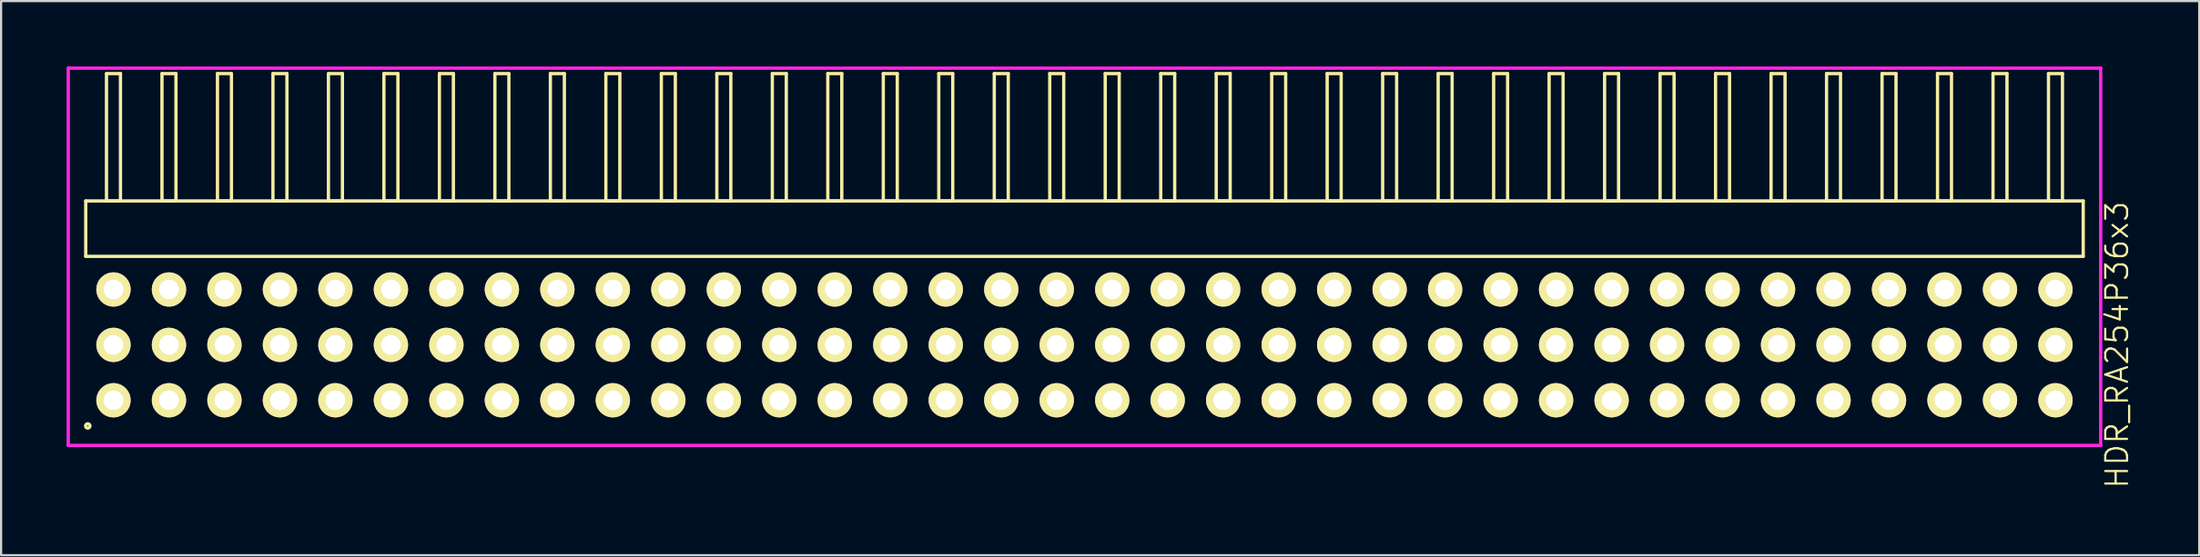
<source format=kicad_pcb>
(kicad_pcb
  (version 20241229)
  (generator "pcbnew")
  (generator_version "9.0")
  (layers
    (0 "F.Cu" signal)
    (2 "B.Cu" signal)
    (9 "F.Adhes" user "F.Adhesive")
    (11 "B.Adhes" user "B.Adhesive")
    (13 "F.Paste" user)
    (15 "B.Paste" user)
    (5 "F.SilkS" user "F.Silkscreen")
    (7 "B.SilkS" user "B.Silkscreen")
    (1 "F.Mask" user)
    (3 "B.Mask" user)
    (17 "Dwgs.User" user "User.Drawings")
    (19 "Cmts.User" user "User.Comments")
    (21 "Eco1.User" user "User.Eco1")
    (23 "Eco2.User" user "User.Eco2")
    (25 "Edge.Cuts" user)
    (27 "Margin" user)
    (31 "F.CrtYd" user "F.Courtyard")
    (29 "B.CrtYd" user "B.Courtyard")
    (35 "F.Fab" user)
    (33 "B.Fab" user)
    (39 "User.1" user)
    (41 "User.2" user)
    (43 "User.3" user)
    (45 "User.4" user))
  (footprint "HDR_RA254P36x3"
    (layer "F.Cu")
    (at 46.595 12.765)
    (property "Reference" "HDR_RA254P36x3" (at 47.27 0 90) (layer "F.SilkS") (effects (font (size 1 1) (thickness 0.1))))
    (attr through_hole)
    (fp_line (start -45.72 -6.6) (end -45.72 -4.06) (stroke (width 0.15) (type solid)) (layer "F.SilkS"))
    (fp_line (start -45.72 -4.06) (end 45.72 -4.06) (stroke (width 0.15) (type solid)) (layer "F.SilkS"))
    (fp_line (start -44.77 -12.44) (end -44.77 -6.6) (stroke (width 0.15) (type solid)) (layer "F.SilkS"))
    (fp_line (start -44.77 -6.6) (end -44.13 -6.6) (stroke (width 0.15) (type solid)) (layer "F.SilkS"))
    (fp_line (start -44.13 -12.44) (end -44.77 -12.44) (stroke (width 0.15) (type solid)) (layer "F.SilkS"))
    (fp_line (start -44.13 -6.6) (end -44.13 -12.44) (stroke (width 0.15) (type solid)) (layer "F.SilkS"))
    (fp_line (start -42.23 -12.44) (end -42.23 -6.6) (stroke (width 0.15) (type solid)) (layer "F.SilkS"))
    (fp_line (start -42.23 -6.6) (end -41.59 -6.6) (stroke (width 0.15) (type solid)) (layer "F.SilkS"))
    (fp_line (start -41.59 -12.44) (end -42.23 -12.44) (stroke (width 0.15) (type solid)) (layer "F.SilkS"))
    (fp_line (start -41.59 -6.6) (end -41.59 -12.44) (stroke (width 0.15) (type solid)) (layer "F.SilkS"))
    (fp_line (start -39.69 -12.44) (end -39.69 -6.6) (stroke (width 0.15) (type solid)) (layer "F.SilkS"))
    (fp_line (start -39.69 -6.6) (end -39.05 -6.6) (stroke (width 0.15) (type solid)) (layer "F.SilkS"))
    (fp_line (start -39.05 -12.44) (end -39.69 -12.44) (stroke (width 0.15) (type solid)) (layer "F.SilkS"))
    (fp_line (start -39.05 -6.6) (end -39.05 -12.44) (stroke (width 0.15) (type solid)) (layer "F.SilkS"))
    (fp_line (start -37.15 -12.44) (end -37.15 -6.6) (stroke (width 0.15) (type solid)) (layer "F.SilkS"))
    (fp_line (start -37.15 -6.6) (end -36.51 -6.6) (stroke (width 0.15) (type solid)) (layer "F.SilkS"))
    (fp_line (start -36.51 -12.44) (end -37.15 -12.44) (stroke (width 0.15) (type solid)) (layer "F.SilkS"))
    (fp_line (start -36.51 -6.6) (end -36.51 -12.44) (stroke (width 0.15) (type solid)) (layer "F.SilkS"))
    (fp_line (start -34.61 -12.44) (end -34.61 -6.6) (stroke (width 0.15) (type solid)) (layer "F.SilkS"))
    (fp_line (start -34.61 -6.6) (end -33.97 -6.6) (stroke (width 0.15) (type solid)) (layer "F.SilkS"))
    (fp_line (start -33.97 -12.44) (end -34.61 -12.44) (stroke (width 0.15) (type solid)) (layer "F.SilkS"))
    (fp_line (start -33.97 -6.6) (end -33.97 -12.44) (stroke (width 0.15) (type solid)) (layer "F.SilkS"))
    (fp_line (start -32.07 -12.44) (end -32.07 -6.6) (stroke (width 0.15) (type solid)) (layer "F.SilkS"))
    (fp_line (start -32.07 -6.6) (end -31.43 -6.6) (stroke (width 0.15) (type solid)) (layer "F.SilkS"))
    (fp_line (start -31.43 -12.44) (end -32.07 -12.44) (stroke (width 0.15) (type solid)) (layer "F.SilkS"))
    (fp_line (start -31.43 -6.6) (end -31.43 -12.44) (stroke (width 0.15) (type solid)) (layer "F.SilkS"))
    (fp_line (start -29.53 -12.44) (end -29.53 -6.6) (stroke (width 0.15) (type solid)) (layer "F.SilkS"))
    (fp_line (start -29.53 -6.6) (end -28.89 -6.6) (stroke (width 0.15) (type solid)) (layer "F.SilkS"))
    (fp_line (start -28.89 -12.44) (end -29.53 -12.44) (stroke (width 0.15) (type solid)) (layer "F.SilkS"))
    (fp_line (start -28.89 -6.6) (end -28.89 -12.44) (stroke (width 0.15) (type solid)) (layer "F.SilkS"))
    (fp_line (start -26.99 -12.44) (end -26.99 -6.6) (stroke (width 0.15) (type solid)) (layer "F.SilkS"))
    (fp_line (start -26.99 -6.6) (end -26.35 -6.6) (stroke (width 0.15) (type solid)) (layer "F.SilkS"))
    (fp_line (start -26.35 -12.44) (end -26.99 -12.44) (stroke (width 0.15) (type solid)) (layer "F.SilkS"))
    (fp_line (start -26.35 -6.6) (end -26.35 -12.44) (stroke (width 0.15) (type solid)) (layer "F.SilkS"))
    (fp_line (start -24.45 -12.44) (end -24.45 -6.6) (stroke (width 0.15) (type solid)) (layer "F.SilkS"))
    (fp_line (start -24.45 -6.6) (end -23.81 -6.6) (stroke (width 0.15) (type solid)) (layer "F.SilkS"))
    (fp_line (start -23.81 -12.44) (end -24.45 -12.44) (stroke (width 0.15) (type solid)) (layer "F.SilkS"))
    (fp_line (start -23.81 -6.6) (end -23.81 -12.44) (stroke (width 0.15) (type solid)) (layer "F.SilkS"))
    (fp_line (start -21.91 -12.44) (end -21.91 -6.6) (stroke (width 0.15) (type solid)) (layer "F.SilkS"))
    (fp_line (start -21.91 -6.6) (end -21.27 -6.6) (stroke (width 0.15) (type solid)) (layer "F.SilkS"))
    (fp_line (start -21.27 -12.44) (end -21.91 -12.44) (stroke (width 0.15) (type solid)) (layer "F.SilkS"))
    (fp_line (start -21.27 -6.6) (end -21.27 -12.44) (stroke (width 0.15) (type solid)) (layer "F.SilkS"))
    (fp_line (start -19.37 -12.44) (end -19.37 -6.6) (stroke (width 0.15) (type solid)) (layer "F.SilkS"))
    (fp_line (start -19.37 -6.6) (end -18.73 -6.6) (stroke (width 0.15) (type solid)) (layer "F.SilkS"))
    (fp_line (start -18.73 -12.44) (end -19.37 -12.44) (stroke (width 0.15) (type solid)) (layer "F.SilkS"))
    (fp_line (start -18.73 -6.6) (end -18.73 -12.44) (stroke (width 0.15) (type solid)) (layer "F.SilkS"))
    (fp_line (start -16.83 -12.44) (end -16.83 -6.6) (stroke (width 0.15) (type solid)) (layer "F.SilkS"))
    (fp_line (start -16.83 -6.6) (end -16.19 -6.6) (stroke (width 0.15) (type solid)) (layer "F.SilkS"))
    (fp_line (start -16.19 -12.44) (end -16.83 -12.44) (stroke (width 0.15) (type solid)) (layer "F.SilkS"))
    (fp_line (start -16.19 -6.6) (end -16.19 -12.44) (stroke (width 0.15) (type solid)) (layer "F.SilkS"))
    (fp_line (start -14.29 -12.44) (end -14.29 -6.6) (stroke (width 0.15) (type solid)) (layer "F.SilkS"))
    (fp_line (start -14.29 -6.6) (end -13.65 -6.6) (stroke (width 0.15) (type solid)) (layer "F.SilkS"))
    (fp_line (start -13.65 -12.44) (end -14.29 -12.44) (stroke (width 0.15) (type solid)) (layer "F.SilkS"))
    (fp_line (start -13.65 -6.6) (end -13.65 -12.44) (stroke (width 0.15) (type solid)) (layer "F.SilkS"))
    (fp_line (start -11.75 -12.44) (end -11.75 -6.6) (stroke (width 0.15) (type solid)) (layer "F.SilkS"))
    (fp_line (start -11.75 -6.6) (end -11.11 -6.6) (stroke (width 0.15) (type solid)) (layer "F.SilkS"))
    (fp_line (start -11.11 -12.44) (end -11.75 -12.44) (stroke (width 0.15) (type solid)) (layer "F.SilkS"))
    (fp_line (start -11.11 -6.6) (end -11.11 -12.44) (stroke (width 0.15) (type solid)) (layer "F.SilkS"))
    (fp_line (start -9.21 -12.44) (end -9.21 -6.6) (stroke (width 0.15) (type solid)) (layer "F.SilkS"))
    (fp_line (start -9.21 -6.6) (end -8.57 -6.6) (stroke (width 0.15) (type solid)) (layer "F.SilkS"))
    (fp_line (start -8.57 -12.44) (end -9.21 -12.44) (stroke (width 0.15) (type solid)) (layer "F.SilkS"))
    (fp_line (start -8.57 -6.6) (end -8.57 -12.44) (stroke (width 0.15) (type solid)) (layer "F.SilkS"))
    (fp_line (start -6.67 -12.44) (end -6.67 -6.6) (stroke (width 0.15) (type solid)) (layer "F.SilkS"))
    (fp_line (start -6.67 -6.6) (end -6.03 -6.6) (stroke (width 0.15) (type solid)) (layer "F.SilkS"))
    (fp_line (start -6.03 -12.44) (end -6.67 -12.44) (stroke (width 0.15) (type solid)) (layer "F.SilkS"))
    (fp_line (start -6.03 -6.6) (end -6.03 -12.44) (stroke (width 0.15) (type solid)) (layer "F.SilkS"))
    (fp_line (start -4.13 -12.44) (end -4.13 -6.6) (stroke (width 0.15) (type solid)) (layer "F.SilkS"))
    (fp_line (start -4.13 -6.6) (end -3.49 -6.6) (stroke (width 0.15) (type solid)) (layer "F.SilkS"))
    (fp_line (start -3.49 -12.44) (end -4.13 -12.44) (stroke (width 0.15) (type solid)) (layer "F.SilkS"))
    (fp_line (start -3.49 -6.6) (end -3.49 -12.44) (stroke (width 0.15) (type solid)) (layer "F.SilkS"))
    (fp_line (start -1.59 -12.44) (end -1.59 -6.6) (stroke (width 0.15) (type solid)) (layer "F.SilkS"))
    (fp_line (start -1.59 -6.6) (end -0.95 -6.6) (stroke (width 0.15) (type solid)) (layer "F.SilkS"))
    (fp_line (start -0.95 -12.44) (end -1.59 -12.44) (stroke (width 0.15) (type solid)) (layer "F.SilkS"))
    (fp_line (start -0.95 -6.6) (end -0.95 -12.44) (stroke (width 0.15) (type solid)) (layer "F.SilkS"))
    (fp_line (start 0.95 -12.44) (end 0.95 -6.6) (stroke (width 0.15) (type solid)) (layer "F.SilkS"))
    (fp_line (start 0.95 -6.6) (end 1.59 -6.6) (stroke (width 0.15) (type solid)) (layer "F.SilkS"))
    (fp_line (start 1.59 -12.44) (end 0.95 -12.44) (stroke (width 0.15) (type solid)) (layer "F.SilkS"))
    (fp_line (start 1.59 -6.6) (end 1.59 -12.44) (stroke (width 0.15) (type solid)) (layer "F.SilkS"))
    (fp_line (start 3.49 -12.44) (end 3.49 -6.6) (stroke (width 0.15) (type solid)) (layer "F.SilkS"))
    (fp_line (start 3.49 -6.6) (end 4.13 -6.6) (stroke (width 0.15) (type solid)) (layer "F.SilkS"))
    (fp_line (start 4.13 -12.44) (end 3.49 -12.44) (stroke (width 0.15) (type solid)) (layer "F.SilkS"))
    (fp_line (start 4.13 -6.6) (end 4.13 -12.44) (stroke (width 0.15) (type solid)) (layer "F.SilkS"))
    (fp_line (start 6.03 -12.44) (end 6.03 -6.6) (stroke (width 0.15) (type solid)) (layer "F.SilkS"))
    (fp_line (start 6.03 -6.6) (end 6.67 -6.6) (stroke (width 0.15) (type solid)) (layer "F.SilkS"))
    (fp_line (start 6.67 -12.44) (end 6.03 -12.44) (stroke (width 0.15) (type solid)) (layer "F.SilkS"))
    (fp_line (start 6.67 -6.6) (end 6.67 -12.44) (stroke (width 0.15) (type solid)) (layer "F.SilkS"))
    (fp_line (start 8.57 -12.44) (end 8.57 -6.6) (stroke (width 0.15) (type solid)) (layer "F.SilkS"))
    (fp_line (start 8.57 -6.6) (end 9.21 -6.6) (stroke (width 0.15) (type solid)) (layer "F.SilkS"))
    (fp_line (start 9.21 -12.44) (end 8.57 -12.44) (stroke (width 0.15) (type solid)) (layer "F.SilkS"))
    (fp_line (start 9.21 -6.6) (end 9.21 -12.44) (stroke (width 0.15) (type solid)) (layer "F.SilkS"))
    (fp_line (start 11.11 -12.44) (end 11.11 -6.6) (stroke (width 0.15) (type solid)) (layer "F.SilkS"))
    (fp_line (start 11.11 -6.6) (end 11.75 -6.6) (stroke (width 0.15) (type solid)) (layer "F.SilkS"))
    (fp_line (start 11.75 -12.44) (end 11.11 -12.44) (stroke (width 0.15) (type solid)) (layer "F.SilkS"))
    (fp_line (start 11.75 -6.6) (end 11.75 -12.44) (stroke (width 0.15) (type solid)) (layer "F.SilkS"))
    (fp_line (start 13.65 -12.44) (end 13.65 -6.6) (stroke (width 0.15) (type solid)) (layer "F.SilkS"))
    (fp_line (start 13.65 -6.6) (end 14.29 -6.6) (stroke (width 0.15) (type solid)) (layer "F.SilkS"))
    (fp_line (start 14.29 -12.44) (end 13.65 -12.44) (stroke (width 0.15) (type solid)) (layer "F.SilkS"))
    (fp_line (start 14.29 -6.6) (end 14.29 -12.44) (stroke (width 0.15) (type solid)) (layer "F.SilkS"))
    (fp_line (start 16.19 -12.44) (end 16.19 -6.6) (stroke (width 0.15) (type solid)) (layer "F.SilkS"))
    (fp_line (start 16.19 -6.6) (end 16.83 -6.6) (stroke (width 0.15) (type solid)) (layer "F.SilkS"))
    (fp_line (start 16.83 -12.44) (end 16.19 -12.44) (stroke (width 0.15) (type solid)) (layer "F.SilkS"))
    (fp_line (start 16.83 -6.6) (end 16.83 -12.44) (stroke (width 0.15) (type solid)) (layer "F.SilkS"))
    (fp_line (start 18.73 -12.44) (end 18.73 -6.6) (stroke (width 0.15) (type solid)) (layer "F.SilkS"))
    (fp_line (start 18.73 -6.6) (end 19.37 -6.6) (stroke (width 0.15) (type solid)) (layer "F.SilkS"))
    (fp_line (start 19.37 -12.44) (end 18.73 -12.44) (stroke (width 0.15) (type solid)) (layer "F.SilkS"))
    (fp_line (start 19.37 -6.6) (end 19.37 -12.44) (stroke (width 0.15) (type solid)) (layer "F.SilkS"))
    (fp_line (start 21.27 -12.44) (end 21.27 -6.6) (stroke (width 0.15) (type solid)) (layer "F.SilkS"))
    (fp_line (start 21.27 -6.6) (end 21.91 -6.6) (stroke (width 0.15) (type solid)) (layer "F.SilkS"))
    (fp_line (start 21.91 -12.44) (end 21.27 -12.44) (stroke (width 0.15) (type solid)) (layer "F.SilkS"))
    (fp_line (start 21.91 -6.6) (end 21.91 -12.44) (stroke (width 0.15) (type solid)) (layer "F.SilkS"))
    (fp_line (start 23.81 -12.44) (end 23.81 -6.6) (stroke (width 0.15) (type solid)) (layer "F.SilkS"))
    (fp_line (start 23.81 -6.6) (end 24.45 -6.6) (stroke (width 0.15) (type solid)) (layer "F.SilkS"))
    (fp_line (start 24.45 -12.44) (end 23.81 -12.44) (stroke (width 0.15) (type solid)) (layer "F.SilkS"))
    (fp_line (start 24.45 -6.6) (end 24.45 -12.44) (stroke (width 0.15) (type solid)) (layer "F.SilkS"))
    (fp_line (start 26.35 -12.44) (end 26.35 -6.6) (stroke (width 0.15) (type solid)) (layer "F.SilkS"))
    (fp_line (start 26.35 -6.6) (end 26.99 -6.6) (stroke (width 0.15) (type solid)) (layer "F.SilkS"))
    (fp_line (start 26.99 -12.44) (end 26.35 -12.44) (stroke (width 0.15) (type solid)) (layer "F.SilkS"))
    (fp_line (start 26.99 -6.6) (end 26.99 -12.44) (stroke (width 0.15) (type solid)) (layer "F.SilkS"))
    (fp_line (start 28.89 -12.44) (end 28.89 -6.6) (stroke (width 0.15) (type solid)) (layer "F.SilkS"))
    (fp_line (start 28.89 -6.6) (end 29.53 -6.6) (stroke (width 0.15) (type solid)) (layer "F.SilkS"))
    (fp_line (start 29.53 -12.44) (end 28.89 -12.44) (stroke (width 0.15) (type solid)) (layer "F.SilkS"))
    (fp_line (start 29.53 -6.6) (end 29.53 -12.44) (stroke (width 0.15) (type solid)) (layer "F.SilkS"))
    (fp_line (start 31.43 -12.44) (end 31.43 -6.6) (stroke (width 0.15) (type solid)) (layer "F.SilkS"))
    (fp_line (start 31.43 -6.6) (end 32.07 -6.6) (stroke (width 0.15) (type solid)) (layer "F.SilkS"))
    (fp_line (start 32.07 -12.44) (end 31.43 -12.44) (stroke (width 0.15) (type solid)) (layer "F.SilkS"))
    (fp_line (start 32.07 -6.6) (end 32.07 -12.44) (stroke (width 0.15) (type solid)) (layer "F.SilkS"))
    (fp_line (start 33.97 -12.44) (end 33.97 -6.6) (stroke (width 0.15) (type solid)) (layer "F.SilkS"))
    (fp_line (start 33.97 -6.6) (end 34.61 -6.6) (stroke (width 0.15) (type solid)) (layer "F.SilkS"))
    (fp_line (start 34.61 -12.44) (end 33.97 -12.44) (stroke (width 0.15) (type solid)) (layer "F.SilkS"))
    (fp_line (start 34.61 -6.6) (end 34.61 -12.44) (stroke (width 0.15) (type solid)) (layer "F.SilkS"))
    (fp_line (start 36.51 -12.44) (end 36.51 -6.6) (stroke (width 0.15) (type solid)) (layer "F.SilkS"))
    (fp_line (start 36.51 -6.6) (end 37.15 -6.6) (stroke (width 0.15) (type solid)) (layer "F.SilkS"))
    (fp_line (start 37.15 -12.44) (end 36.51 -12.44) (stroke (width 0.15) (type solid)) (layer "F.SilkS"))
    (fp_line (start 37.15 -6.6) (end 37.15 -12.44) (stroke (width 0.15) (type solid)) (layer "F.SilkS"))
    (fp_line (start 39.05 -12.44) (end 39.05 -6.6) (stroke (width 0.15) (type solid)) (layer "F.SilkS"))
    (fp_line (start 39.05 -6.6) (end 39.69 -6.6) (stroke (width 0.15) (type solid)) (layer "F.SilkS"))
    (fp_line (start 39.69 -12.44) (end 39.05 -12.44) (stroke (width 0.15) (type solid)) (layer "F.SilkS"))
    (fp_line (start 39.69 -6.6) (end 39.69 -12.44) (stroke (width 0.15) (type solid)) (layer "F.SilkS"))
    (fp_line (start 41.59 -12.44) (end 41.59 -6.6) (stroke (width 0.15) (type solid)) (layer "F.SilkS"))
    (fp_line (start 41.59 -6.6) (end 42.23 -6.6) (stroke (width 0.15) (type solid)) (layer "F.SilkS"))
    (fp_line (start 42.23 -12.44) (end 41.59 -12.44) (stroke (width 0.15) (type solid)) (layer "F.SilkS"))
    (fp_line (start 42.23 -6.6) (end 42.23 -12.44) (stroke (width 0.15) (type solid)) (layer "F.SilkS"))
    (fp_line (start 44.13 -12.44) (end 44.13 -6.6) (stroke (width 0.15) (type solid)) (layer "F.SilkS"))
    (fp_line (start 44.13 -6.6) (end 44.77 -6.6) (stroke (width 0.15) (type solid)) (layer "F.SilkS"))
    (fp_line (start 44.77 -12.44) (end 44.13 -12.44) (stroke (width 0.15) (type solid)) (layer "F.SilkS"))
    (fp_line (start 44.77 -6.6) (end 44.77 -12.44) (stroke (width 0.15) (type solid)) (layer "F.SilkS"))
    (fp_line (start 45.72 -6.6) (end -45.72 -6.6) (stroke (width 0.15) (type solid)) (layer "F.SilkS"))
    (fp_line (start 45.72 -4.06) (end 45.72 -6.6) (stroke (width 0.15) (type solid)) (layer "F.SilkS"))
    (fp_circle (center -45.627 3.718) (end -45.527 3.718) (stroke (width 0.15) (type solid)) (fill no) (layer "F.SilkS"))
    (fp_line (start -46.52 -12.69) (end -46.52 4.61) (stroke (width 0.15) (type solid)) (layer "F.CrtYd"))
    (fp_line (start -46.52 4.61) (end 46.52 4.61) (stroke (width 0.15) (type solid)) (layer "F.CrtYd"))
    (fp_line (start 46.52 -12.69) (end -46.52 -12.69) (stroke (width 0.15) (type solid)) (layer "F.CrtYd"))
    (fp_line (start 46.52 4.61) (end 46.52 -12.69) (stroke (width 0.15) (type solid)) (layer "F.CrtYd"))
    (pad "1" thru_hole oval (at -44.45 2.54) (size 1.57 1.57) (drill 0.9) (layers "*.Cu" "*.Mask" "F.SilkS"))
    (pad "2" thru_hole oval (at -44.45 0) (size 1.57 1.57) (drill 0.9) (layers "*.Cu" "*.Mask" "F.SilkS"))
    (pad "3" thru_hole oval (at -44.45 -2.54) (size 1.57 1.57) (drill 0.9) (layers "*.Cu" "*.Mask" "F.SilkS"))
    (pad "4" thru_hole oval (at -41.91 2.54) (size 1.57 1.57) (drill 0.9) (layers "*.Cu" "*.Mask" "F.SilkS"))
    (pad "5" thru_hole oval (at -41.91 0) (size 1.57 1.57) (drill 0.9) (layers "*.Cu" "*.Mask" "F.SilkS"))
    (pad "6" thru_hole oval (at -41.91 -2.54) (size 1.57 1.57) (drill 0.9) (layers "*.Cu" "*.Mask" "F.SilkS"))
    (pad "7" thru_hole oval (at -39.37 2.54) (size 1.57 1.57) (drill 0.9) (layers "*.Cu" "*.Mask" "F.SilkS"))
    (pad "8" thru_hole oval (at -39.37 0) (size 1.57 1.57) (drill 0.9) (layers "*.Cu" "*.Mask" "F.SilkS"))
    (pad "9" thru_hole oval (at -39.37 -2.54) (size 1.57 1.57) (drill 0.9) (layers "*.Cu" "*.Mask" "F.SilkS"))
    (pad "10" thru_hole oval (at -36.83 2.54) (size 1.57 1.57) (drill 0.9) (layers "*.Cu" "*.Mask" "F.SilkS"))
    (pad "11" thru_hole oval (at -36.83 0) (size 1.57 1.57) (drill 0.9) (layers "*.Cu" "*.Mask" "F.SilkS"))
    (pad "12" thru_hole oval (at -36.83 -2.54) (size 1.57 1.57) (drill 0.9) (layers "*.Cu" "*.Mask" "F.SilkS"))
    (pad "13" thru_hole oval (at -34.29 2.54) (size 1.57 1.57) (drill 0.9) (layers "*.Cu" "*.Mask" "F.SilkS"))
    (pad "14" thru_hole oval (at -34.29 0) (size 1.57 1.57) (drill 0.9) (layers "*.Cu" "*.Mask" "F.SilkS"))
    (pad "15" thru_hole oval (at -34.29 -2.54) (size 1.57 1.57) (drill 0.9) (layers "*.Cu" "*.Mask" "F.SilkS"))
    (pad "16" thru_hole oval (at -31.75 2.54) (size 1.57 1.57) (drill 0.9) (layers "*.Cu" "*.Mask" "F.SilkS"))
    (pad "17" thru_hole oval (at -31.75 0) (size 1.57 1.57) (drill 0.9) (layers "*.Cu" "*.Mask" "F.SilkS"))
    (pad "18" thru_hole oval (at -31.75 -2.54) (size 1.57 1.57) (drill 0.9) (layers "*.Cu" "*.Mask" "F.SilkS"))
    (pad "19" thru_hole oval (at -29.21 2.54) (size 1.57 1.57) (drill 0.9) (layers "*.Cu" "*.Mask" "F.SilkS"))
    (pad "20" thru_hole oval (at -29.21 0) (size 1.57 1.57) (drill 0.9) (layers "*.Cu" "*.Mask" "F.SilkS"))
    (pad "21" thru_hole oval (at -29.21 -2.54) (size 1.57 1.57) (drill 0.9) (layers "*.Cu" "*.Mask" "F.SilkS"))
    (pad "22" thru_hole oval (at -26.67 2.54) (size 1.57 1.57) (drill 0.9) (layers "*.Cu" "*.Mask" "F.SilkS"))
    (pad "23" thru_hole oval (at -26.67 0) (size 1.57 1.57) (drill 0.9) (layers "*.Cu" "*.Mask" "F.SilkS"))
    (pad "24" thru_hole oval (at -26.67 -2.54) (size 1.57 1.57) (drill 0.9) (layers "*.Cu" "*.Mask" "F.SilkS"))
    (pad "25" thru_hole oval (at -24.13 2.54) (size 1.57 1.57) (drill 0.9) (layers "*.Cu" "*.Mask" "F.SilkS"))
    (pad "26" thru_hole oval (at -24.13 0) (size 1.57 1.57) (drill 0.9) (layers "*.Cu" "*.Mask" "F.SilkS"))
    (pad "27" thru_hole oval (at -24.13 -2.54) (size 1.57 1.57) (drill 0.9) (layers "*.Cu" "*.Mask" "F.SilkS"))
    (pad "28" thru_hole oval (at -21.59 2.54) (size 1.57 1.57) (drill 0.9) (layers "*.Cu" "*.Mask" "F.SilkS"))
    (pad "29" thru_hole oval (at -21.59 0) (size 1.57 1.57) (drill 0.9) (layers "*.Cu" "*.Mask" "F.SilkS"))
    (pad "30" thru_hole oval (at -21.59 -2.54) (size 1.57 1.57) (drill 0.9) (layers "*.Cu" "*.Mask" "F.SilkS"))
    (pad "31" thru_hole oval (at -19.05 2.54) (size 1.57 1.57) (drill 0.9) (layers "*.Cu" "*.Mask" "F.SilkS"))
    (pad "32" thru_hole oval (at -19.05 0) (size 1.57 1.57) (drill 0.9) (layers "*.Cu" "*.Mask" "F.SilkS"))
    (pad "33" thru_hole oval (at -19.05 -2.54) (size 1.57 1.57) (drill 0.9) (layers "*.Cu" "*.Mask" "F.SilkS"))
    (pad "34" thru_hole oval (at -16.51 2.54) (size 1.57 1.57) (drill 0.9) (layers "*.Cu" "*.Mask" "F.SilkS"))
    (pad "35" thru_hole oval (at -16.51 0) (size 1.57 1.57) (drill 0.9) (layers "*.Cu" "*.Mask" "F.SilkS"))
    (pad "36" thru_hole oval (at -16.51 -2.54) (size 1.57 1.57) (drill 0.9) (layers "*.Cu" "*.Mask" "F.SilkS"))
    (pad "37" thru_hole oval (at -13.97 2.54) (size 1.57 1.57) (drill 0.9) (layers "*.Cu" "*.Mask" "F.SilkS"))
    (pad "38" thru_hole oval (at -13.97 0) (size 1.57 1.57) (drill 0.9) (layers "*.Cu" "*.Mask" "F.SilkS"))
    (pad "39" thru_hole oval (at -13.97 -2.54) (size 1.57 1.57) (drill 0.9) (layers "*.Cu" "*.Mask" "F.SilkS"))
    (pad "40" thru_hole oval (at -11.43 2.54) (size 1.57 1.57) (drill 0.9) (layers "*.Cu" "*.Mask" "F.SilkS"))
    (pad "41" thru_hole oval (at -11.43 0) (size 1.57 1.57) (drill 0.9) (layers "*.Cu" "*.Mask" "F.SilkS"))
    (pad "42" thru_hole oval (at -11.43 -2.54) (size 1.57 1.57) (drill 0.9) (layers "*.Cu" "*.Mask" "F.SilkS"))
    (pad "43" thru_hole oval (at -8.89 2.54) (size 1.57 1.57) (drill 0.9) (layers "*.Cu" "*.Mask" "F.SilkS"))
    (pad "44" thru_hole oval (at -8.89 0) (size 1.57 1.57) (drill 0.9) (layers "*.Cu" "*.Mask" "F.SilkS"))
    (pad "45" thru_hole oval (at -8.89 -2.54) (size 1.57 1.57) (drill 0.9) (layers "*.Cu" "*.Mask" "F.SilkS"))
    (pad "46" thru_hole oval (at -6.35 2.54) (size 1.57 1.57) (drill 0.9) (layers "*.Cu" "*.Mask" "F.SilkS"))
    (pad "47" thru_hole oval (at -6.35 0) (size 1.57 1.57) (drill 0.9) (layers "*.Cu" "*.Mask" "F.SilkS"))
    (pad "48" thru_hole oval (at -6.35 -2.54) (size 1.57 1.57) (drill 0.9) (layers "*.Cu" "*.Mask" "F.SilkS"))
    (pad "49" thru_hole oval (at -3.81 2.54) (size 1.57 1.57) (drill 0.9) (layers "*.Cu" "*.Mask" "F.SilkS"))
    (pad "50" thru_hole oval (at -3.81 0) (size 1.57 1.57) (drill 0.9) (layers "*.Cu" "*.Mask" "F.SilkS"))
    (pad "51" thru_hole oval (at -3.81 -2.54) (size 1.57 1.57) (drill 0.9) (layers "*.Cu" "*.Mask" "F.SilkS"))
    (pad "52" thru_hole oval (at -1.27 2.54) (size 1.57 1.57) (drill 0.9) (layers "*.Cu" "*.Mask" "F.SilkS"))
    (pad "53" thru_hole oval (at -1.27 0) (size 1.57 1.57) (drill 0.9) (layers "*.Cu" "*.Mask" "F.SilkS"))
    (pad "54" thru_hole oval (at -1.27 -2.54) (size 1.57 1.57) (drill 0.9) (layers "*.Cu" "*.Mask" "F.SilkS"))
    (pad "55" thru_hole oval (at 1.27 2.54) (size 1.57 1.57) (drill 0.9) (layers "*.Cu" "*.Mask" "F.SilkS"))
    (pad "56" thru_hole oval (at 1.27 0) (size 1.57 1.57) (drill 0.9) (layers "*.Cu" "*.Mask" "F.SilkS"))
    (pad "57" thru_hole oval (at 1.27 -2.54) (size 1.57 1.57) (drill 0.9) (layers "*.Cu" "*.Mask" "F.SilkS"))
    (pad "58" thru_hole oval (at 3.81 2.54) (size 1.57 1.57) (drill 0.9) (layers "*.Cu" "*.Mask" "F.SilkS"))
    (pad "59" thru_hole oval (at 3.81 0) (size 1.57 1.57) (drill 0.9) (layers "*.Cu" "*.Mask" "F.SilkS"))
    (pad "60" thru_hole oval (at 3.81 -2.54) (size 1.57 1.57) (drill 0.9) (layers "*.Cu" "*.Mask" "F.SilkS"))
    (pad "61" thru_hole oval (at 6.35 2.54) (size 1.57 1.57) (drill 0.9) (layers "*.Cu" "*.Mask" "F.SilkS"))
    (pad "62" thru_hole oval (at 6.35 0) (size 1.57 1.57) (drill 0.9) (layers "*.Cu" "*.Mask" "F.SilkS"))
    (pad "63" thru_hole oval (at 6.35 -2.54) (size 1.57 1.57) (drill 0.9) (layers "*.Cu" "*.Mask" "F.SilkS"))
    (pad "64" thru_hole oval (at 8.89 2.54) (size 1.57 1.57) (drill 0.9) (layers "*.Cu" "*.Mask" "F.SilkS"))
    (pad "65" thru_hole oval (at 8.89 0) (size 1.57 1.57) (drill 0.9) (layers "*.Cu" "*.Mask" "F.SilkS"))
    (pad "66" thru_hole oval (at 8.89 -2.54) (size 1.57 1.57) (drill 0.9) (layers "*.Cu" "*.Mask" "F.SilkS"))
    (pad "67" thru_hole oval (at 11.43 2.54) (size 1.57 1.57) (drill 0.9) (layers "*.Cu" "*.Mask" "F.SilkS"))
    (pad "68" thru_hole oval (at 11.43 0) (size 1.57 1.57) (drill 0.9) (layers "*.Cu" "*.Mask" "F.SilkS"))
    (pad "69" thru_hole oval (at 11.43 -2.54) (size 1.57 1.57) (drill 0.9) (layers "*.Cu" "*.Mask" "F.SilkS"))
    (pad "70" thru_hole oval (at 13.97 2.54) (size 1.57 1.57) (drill 0.9) (layers "*.Cu" "*.Mask" "F.SilkS"))
    (pad "71" thru_hole oval (at 13.97 0) (size 1.57 1.57) (drill 0.9) (layers "*.Cu" "*.Mask" "F.SilkS"))
    (pad "72" thru_hole oval (at 13.97 -2.54) (size 1.57 1.57) (drill 0.9) (layers "*.Cu" "*.Mask" "F.SilkS"))
    (pad "73" thru_hole oval (at 16.51 2.54) (size 1.57 1.57) (drill 0.9) (layers "*.Cu" "*.Mask" "F.SilkS"))
    (pad "74" thru_hole oval (at 16.51 0) (size 1.57 1.57) (drill 0.9) (layers "*.Cu" "*.Mask" "F.SilkS"))
    (pad "75" thru_hole oval (at 16.51 -2.54) (size 1.57 1.57) (drill 0.9) (layers "*.Cu" "*.Mask" "F.SilkS"))
    (pad "76" thru_hole oval (at 19.05 2.54) (size 1.57 1.57) (drill 0.9) (layers "*.Cu" "*.Mask" "F.SilkS"))
    (pad "77" thru_hole oval (at 19.05 0) (size 1.57 1.57) (drill 0.9) (layers "*.Cu" "*.Mask" "F.SilkS"))
    (pad "78" thru_hole oval (at 19.05 -2.54) (size 1.57 1.57) (drill 0.9) (layers "*.Cu" "*.Mask" "F.SilkS"))
    (pad "79" thru_hole oval (at 21.59 2.54) (size 1.57 1.57) (drill 0.9) (layers "*.Cu" "*.Mask" "F.SilkS"))
    (pad "80" thru_hole oval (at 21.59 0) (size 1.57 1.57) (drill 0.9) (layers "*.Cu" "*.Mask" "F.SilkS"))
    (pad "81" thru_hole oval (at 21.59 -2.54) (size 1.57 1.57) (drill 0.9) (layers "*.Cu" "*.Mask" "F.SilkS"))
    (pad "82" thru_hole oval (at 24.13 2.54) (size 1.57 1.57) (drill 0.9) (layers "*.Cu" "*.Mask" "F.SilkS"))
    (pad "83" thru_hole oval (at 24.13 0) (size 1.57 1.57) (drill 0.9) (layers "*.Cu" "*.Mask" "F.SilkS"))
    (pad "84" thru_hole oval (at 24.13 -2.54) (size 1.57 1.57) (drill 0.9) (layers "*.Cu" "*.Mask" "F.SilkS"))
    (pad "85" thru_hole oval (at 26.67 2.54) (size 1.57 1.57) (drill 0.9) (layers "*.Cu" "*.Mask" "F.SilkS"))
    (pad "86" thru_hole oval (at 26.67 0) (size 1.57 1.57) (drill 0.9) (layers "*.Cu" "*.Mask" "F.SilkS"))
    (pad "87" thru_hole oval (at 26.67 -2.54) (size 1.57 1.57) (drill 0.9) (layers "*.Cu" "*.Mask" "F.SilkS"))
    (pad "88" thru_hole oval (at 29.21 2.54) (size 1.57 1.57) (drill 0.9) (layers "*.Cu" "*.Mask" "F.SilkS"))
    (pad "89" thru_hole oval (at 29.21 0) (size 1.57 1.57) (drill 0.9) (layers "*.Cu" "*.Mask" "F.SilkS"))
    (pad "90" thru_hole oval (at 29.21 -2.54) (size 1.57 1.57) (drill 0.9) (layers "*.Cu" "*.Mask" "F.SilkS"))
    (pad "91" thru_hole oval (at 31.75 2.54) (size 1.57 1.57) (drill 0.9) (layers "*.Cu" "*.Mask" "F.SilkS"))
    (pad "92" thru_hole oval (at 31.75 0) (size 1.57 1.57) (drill 0.9) (layers "*.Cu" "*.Mask" "F.SilkS"))
    (pad "93" thru_hole oval (at 31.75 -2.54) (size 1.57 1.57) (drill 0.9) (layers "*.Cu" "*.Mask" "F.SilkS"))
    (pad "94" thru_hole oval (at 34.29 2.54) (size 1.57 1.57) (drill 0.9) (layers "*.Cu" "*.Mask" "F.SilkS"))
    (pad "95" thru_hole oval (at 34.29 0) (size 1.57 1.57) (drill 0.9) (layers "*.Cu" "*.Mask" "F.SilkS"))
    (pad "96" thru_hole oval (at 34.29 -2.54) (size 1.57 1.57) (drill 0.9) (layers "*.Cu" "*.Mask" "F.SilkS"))
    (pad "97" thru_hole oval (at 36.83 2.54) (size 1.57 1.57) (drill 0.9) (layers "*.Cu" "*.Mask" "F.SilkS"))
    (pad "98" thru_hole oval (at 36.83 0) (size 1.57 1.57) (drill 0.9) (layers "*.Cu" "*.Mask" "F.SilkS"))
    (pad "99" thru_hole oval (at 36.83 -2.54) (size 1.57 1.57) (drill 0.9) (layers "*.Cu" "*.Mask" "F.SilkS"))
    (pad "100" thru_hole oval (at 39.37 2.54) (size 1.57 1.57) (drill 0.9) (layers "*.Cu" "*.Mask" "F.SilkS"))
    (pad "101" thru_hole oval (at 39.37 0) (size 1.57 1.57) (drill 0.9) (layers "*.Cu" "*.Mask" "F.SilkS"))
    (pad "102" thru_hole oval (at 39.37 -2.54) (size 1.57 1.57) (drill 0.9) (layers "*.Cu" "*.Mask" "F.SilkS"))
    (pad "103" thru_hole oval (at 41.91 2.54) (size 1.57 1.57) (drill 0.9) (layers "*.Cu" "*.Mask" "F.SilkS"))
    (pad "104" thru_hole oval (at 41.91 0) (size 1.57 1.57) (drill 0.9) (layers "*.Cu" "*.Mask" "F.SilkS"))
    (pad "105" thru_hole oval (at 41.91 -2.54) (size 1.57 1.57) (drill 0.9) (layers "*.Cu" "*.Mask" "F.SilkS"))
    (pad "106" thru_hole oval (at 44.45 2.54) (size 1.57 1.57) (drill 0.9) (layers "*.Cu" "*.Mask" "F.SilkS"))
    (pad "107" thru_hole oval (at 44.45 0) (size 1.57 1.57) (drill 0.9) (layers "*.Cu" "*.Mask" "F.SilkS"))
    (pad "108" thru_hole oval (at 44.45 -2.54) (size 1.57 1.57) (drill 0.9) (layers "*.Cu" "*.Mask" "F.SilkS")))
  (gr_rect
    (start -3 -3)
    (end 97.626 22.41)
    (stroke (width 0.1) (type default))
    (fill no)
    (layer "Edge.Cuts")))
</source>
